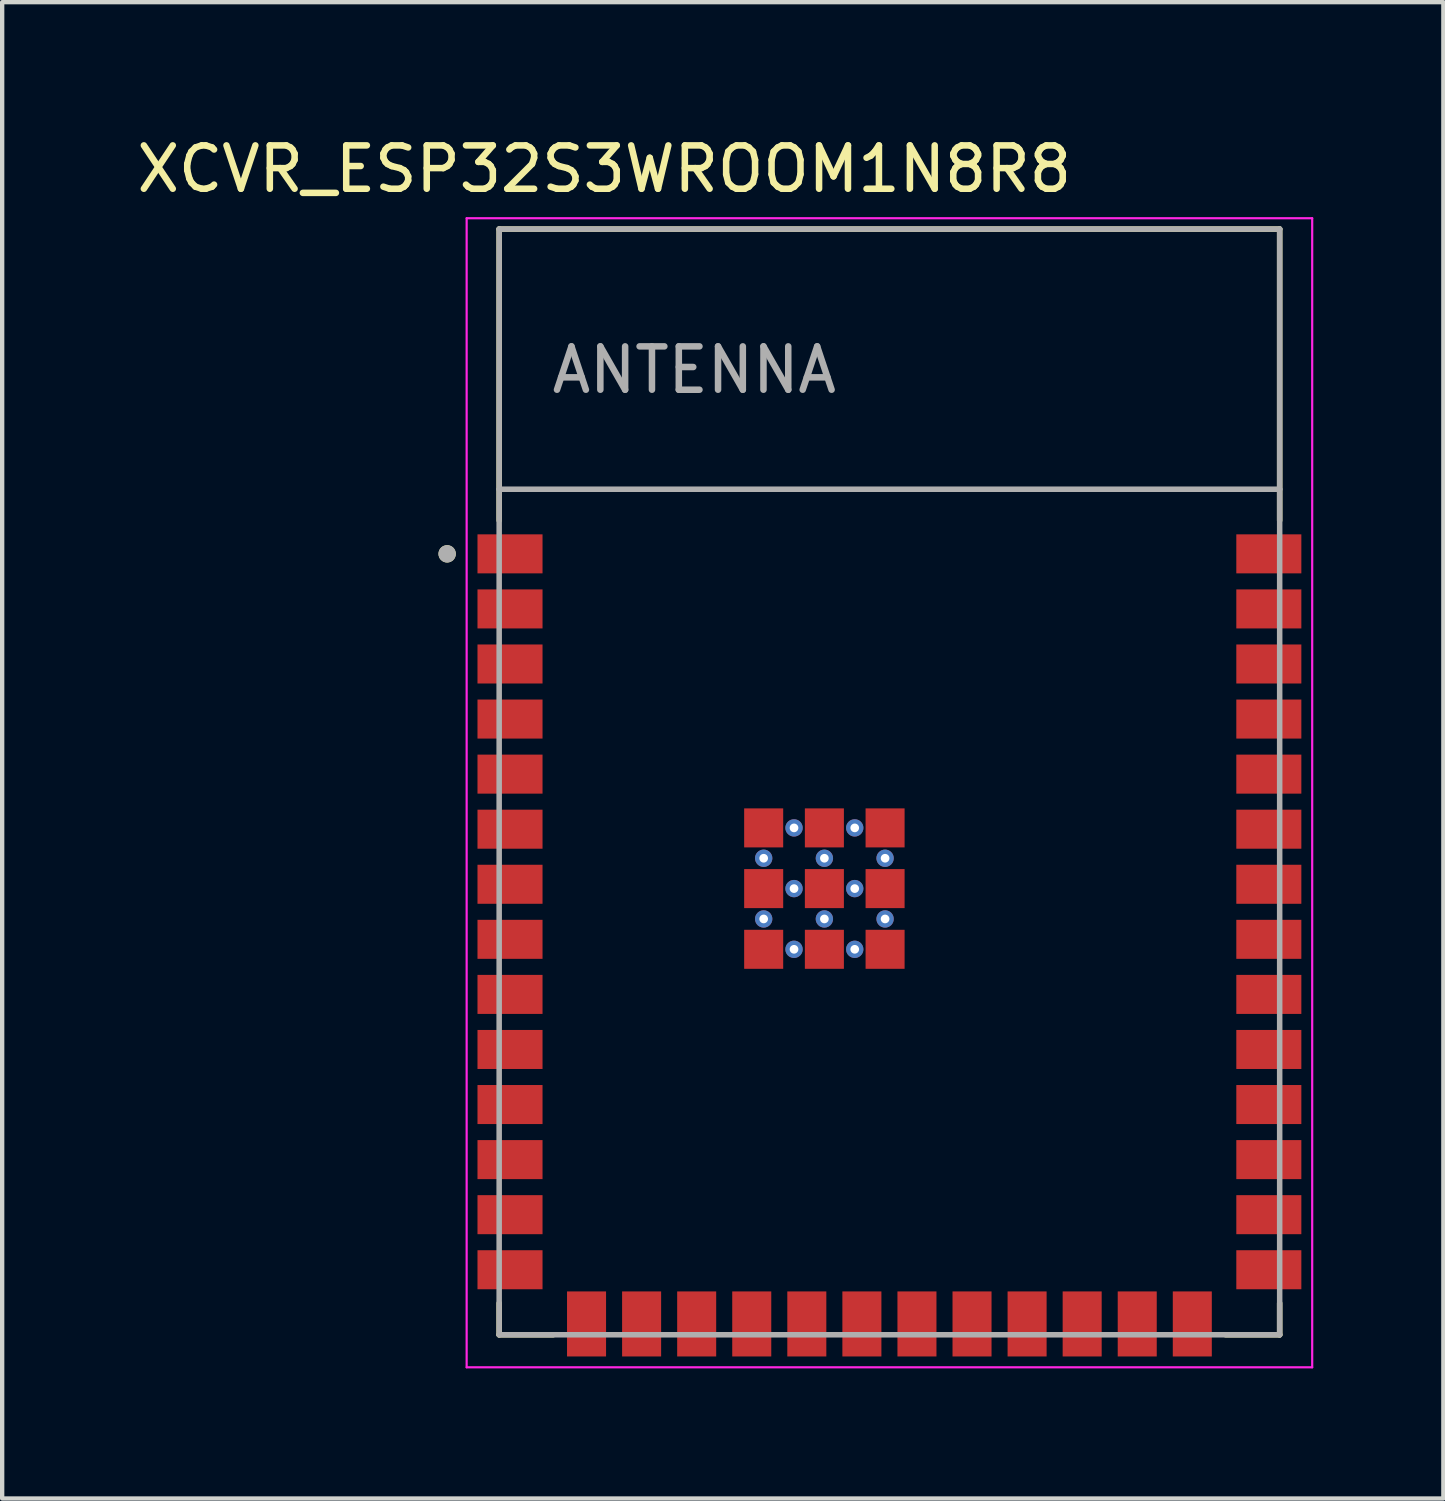
<source format=kicad_pcb>
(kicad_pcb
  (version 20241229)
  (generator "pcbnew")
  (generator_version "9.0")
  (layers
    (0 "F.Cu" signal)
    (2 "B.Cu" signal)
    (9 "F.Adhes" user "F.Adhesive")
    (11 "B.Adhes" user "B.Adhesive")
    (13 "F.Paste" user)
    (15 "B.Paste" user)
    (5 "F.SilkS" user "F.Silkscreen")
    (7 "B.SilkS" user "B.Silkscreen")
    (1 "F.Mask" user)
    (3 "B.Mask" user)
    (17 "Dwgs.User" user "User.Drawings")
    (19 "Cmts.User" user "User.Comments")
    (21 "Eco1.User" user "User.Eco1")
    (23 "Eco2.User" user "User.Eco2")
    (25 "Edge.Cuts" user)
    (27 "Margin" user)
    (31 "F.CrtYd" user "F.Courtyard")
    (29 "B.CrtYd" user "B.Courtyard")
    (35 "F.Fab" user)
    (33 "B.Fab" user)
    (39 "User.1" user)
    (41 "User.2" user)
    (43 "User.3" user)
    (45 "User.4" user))
  (footprint "XCVR_ESP32S3WROOM1N8R8"
    (layer "F.Cu")
    (at 17.462 14.983)
    (property "Reference" "XCVR_ESP32S3WROOM1N8R8" (at -6.575 -14.135 0) (layer "F.SilkS") (effects (font (size 1 1) (thickness 0.15))))
    (attr through_hole)
    (fp_line (start -9 -12.75) (end 9 -12.75) (stroke (width 0.127) (type solid)) (layer "F.SilkS"))
    (fp_line (start -9 -6.03) (end -9 -12.75) (stroke (width 0.127) (type solid)) (layer "F.SilkS"))
    (fp_line (start -9 12.02) (end -9 12.75) (stroke (width 0.127) (type solid)) (layer "F.SilkS"))
    (fp_line (start -9 12.75) (end -7.755 12.75) (stroke (width 0.127) (type solid)) (layer "F.SilkS"))
    (fp_line (start 9 -12.75) (end 9 -6.03) (stroke (width 0.127) (type solid)) (layer "F.SilkS"))
    (fp_line (start 9 12.02) (end 9 12.75) (stroke (width 0.127) (type solid)) (layer "F.SilkS"))
    (fp_line (start 9 12.75) (end 7.755 12.75) (stroke (width 0.127) (type solid)) (layer "F.SilkS"))
    (fp_circle (center -10.2 -5.26) (end -10.1 -5.26) (stroke (width 0.2) (type solid)) (fill no) (layer "F.SilkS"))
    (fp_line (start -9.75 -13) (end 9.75 -13) (stroke (width 0.05) (type solid)) (layer "F.CrtYd"))
    (fp_line (start -9.75 13.5) (end -9.75 -13) (stroke (width 0.05) (type solid)) (layer "F.CrtYd"))
    (fp_line (start -9.75 13.5) (end 9.75 13.5) (stroke (width 0.05) (type solid)) (layer "F.CrtYd"))
    (fp_line (start 9.75 -13) (end 9.75 13.5) (stroke (width 0.05) (type solid)) (layer "F.CrtYd"))
    (fp_line (start -9 -12.75) (end 9 -12.75) (stroke (width 0.127) (type solid)) (layer "F.Fab"))
    (fp_line (start -9 -6.75) (end -9 -12.75) (stroke (width 0.127) (type solid)) (layer "F.Fab"))
    (fp_line (start -9 -6.75) (end 9 -6.75) (stroke (width 0.127) (type solid)) (layer "F.Fab"))
    (fp_line (start -9 12.75) (end -9 -6.75) (stroke (width 0.127) (type solid)) (layer "F.Fab"))
    (fp_line (start 9 -12.75) (end 9 -6.75) (stroke (width 0.127) (type solid)) (layer "F.Fab"))
    (fp_line (start 9 -6.75) (end 9 12.75) (stroke (width 0.127) (type solid)) (layer "F.Fab"))
    (fp_line (start 9 12.75) (end -9 12.75) (stroke (width 0.127) (type solid)) (layer "F.Fab"))
    (fp_circle (center -10.2 -5.26) (end -10.1 -5.26) (stroke (width 0.2) (type solid)) (fill no) (layer "F.Fab"))
    (fp_text user "ANTENNA" (at -4.5 -9.5 0) (layer "F.Fab") (effects (font (size 1 1) (thickness 0.15))))
    (pad "1" smd rect (at -8.75 -5.26) (size 1.5 0.9) (layers "F.Cu" "F.Mask" "F.Paste"))
    (pad "2" smd rect (at -8.75 -3.99) (size 1.5 0.9) (layers "F.Cu" "F.Mask" "F.Paste"))
    (pad "3" smd rect (at -8.75 -2.72) (size 1.5 0.9) (layers "F.Cu" "F.Mask" "F.Paste"))
    (pad "4" smd rect (at -8.75 -1.45) (size 1.5 0.9) (layers "F.Cu" "F.Mask" "F.Paste"))
    (pad "5" smd rect (at -8.75 -0.18) (size 1.5 0.9) (layers "F.Cu" "F.Mask" "F.Paste"))
    (pad "6" smd rect (at -8.75 1.09) (size 1.5 0.9) (layers "F.Cu" "F.Mask" "F.Paste"))
    (pad "7" smd rect (at -8.75 2.36) (size 1.5 0.9) (layers "F.Cu" "F.Mask" "F.Paste"))
    (pad "8" smd rect (at -8.75 3.63) (size 1.5 0.9) (layers "F.Cu" "F.Mask" "F.Paste"))
    (pad "9" smd rect (at -8.75 4.9) (size 1.5 0.9) (layers "F.Cu" "F.Mask" "F.Paste"))
    (pad "10" smd rect (at -8.75 6.17) (size 1.5 0.9) (layers "F.Cu" "F.Mask" "F.Paste"))
    (pad "11" smd rect (at -8.75 7.44) (size 1.5 0.9) (layers "F.Cu" "F.Mask" "F.Paste"))
    (pad "12" smd rect (at -8.75 8.71) (size 1.5 0.9) (layers "F.Cu" "F.Mask" "F.Paste"))
    (pad "13" smd rect (at -8.75 9.98) (size 1.5 0.9) (layers "F.Cu" "F.Mask" "F.Paste"))
    (pad "14" smd rect (at -8.75 11.25) (size 1.5 0.9) (layers "F.Cu" "F.Mask" "F.Paste"))
    (pad "15" smd rect (at -6.985 12.5) (size 0.9 1.5) (layers "F.Cu" "F.Mask" "F.Paste"))
    (pad "16" smd rect (at -5.715 12.5) (size 0.9 1.5) (layers "F.Cu" "F.Mask" "F.Paste"))
    (pad "17" smd rect (at -4.445 12.5) (size 0.9 1.5) (layers "F.Cu" "F.Mask" "F.Paste"))
    (pad "18" smd rect (at -3.175 12.5) (size 0.9 1.5) (layers "F.Cu" "F.Mask" "F.Paste"))
    (pad "19" smd rect (at -1.905 12.5) (size 0.9 1.5) (layers "F.Cu" "F.Mask" "F.Paste"))
    (pad "20" smd rect (at -0.635 12.5) (size 0.9 1.5) (layers "F.Cu" "F.Mask" "F.Paste"))
    (pad "21" smd rect (at 0.635 12.5) (size 0.9 1.5) (layers "F.Cu" "F.Mask" "F.Paste"))
    (pad "22" smd rect (at 1.905 12.5) (size 0.9 1.5) (layers "F.Cu" "F.Mask" "F.Paste"))
    (pad "23" smd rect (at 3.175 12.5) (size 0.9 1.5) (layers "F.Cu" "F.Mask" "F.Paste"))
    (pad "24" smd rect (at 4.445 12.5) (size 0.9 1.5) (layers "F.Cu" "F.Mask" "F.Paste"))
    (pad "25" smd rect (at 5.715 12.5) (size 0.9 1.5) (layers "F.Cu" "F.Mask" "F.Paste"))
    (pad "26" smd rect (at 6.985 12.5) (size 0.9 1.5) (layers "F.Cu" "F.Mask" "F.Paste"))
    (pad "27" smd rect (at 8.75 11.25) (size 1.5 0.9) (layers "F.Cu" "F.Mask" "F.Paste"))
    (pad "28" smd rect (at 8.75 9.98) (size 1.5 0.9) (layers "F.Cu" "F.Mask" "F.Paste"))
    (pad "29" smd rect (at 8.75 8.71) (size 1.5 0.9) (layers "F.Cu" "F.Mask" "F.Paste"))
    (pad "30" smd rect (at 8.75 7.44) (size 1.5 0.9) (layers "F.Cu" "F.Mask" "F.Paste"))
    (pad "31" smd rect (at 8.75 6.17) (size 1.5 0.9) (layers "F.Cu" "F.Mask" "F.Paste"))
    (pad "32" smd rect (at 8.75 4.9) (size 1.5 0.9) (layers "F.Cu" "F.Mask" "F.Paste"))
    (pad "33" smd rect (at 8.75 3.63) (size 1.5 0.9) (layers "F.Cu" "F.Mask" "F.Paste"))
    (pad "34" smd rect (at 8.75 2.36) (size 1.5 0.9) (layers "F.Cu" "F.Mask" "F.Paste"))
    (pad "35" smd rect (at 8.75 1.09) (size 1.5 0.9) (layers "F.Cu" "F.Mask" "F.Paste"))
    (pad "36" smd rect (at 8.75 -0.18) (size 1.5 0.9) (layers "F.Cu" "F.Mask" "F.Paste"))
    (pad "37" smd rect (at 8.75 -1.45) (size 1.5 0.9) (layers "F.Cu" "F.Mask" "F.Paste"))
    (pad "38" smd rect (at 8.75 -2.72) (size 1.5 0.9) (layers "F.Cu" "F.Mask" "F.Paste"))
    (pad "39" smd rect (at 8.75 -3.99) (size 1.5 0.9) (layers "F.Cu" "F.Mask" "F.Paste"))
    (pad "40" smd rect (at 8.75 -5.26) (size 1.5 0.9) (layers "F.Cu" "F.Mask" "F.Paste"))
    (pad "41_1" smd rect (at -1.5 2.46) (size 0.9 0.9) (layers "F.Cu" "F.Mask" "F.Paste"))
    (pad "41_2" smd rect (at -2.9 2.46) (size 0.9 0.9) (layers "F.Cu" "F.Mask" "F.Paste"))
    (pad "41_3" smd rect (at -0.1 2.46) (size 0.9 0.9) (layers "F.Cu" "F.Mask" "F.Paste"))
    (pad "41_4" smd rect (at -2.9 3.86) (size 0.9 0.9) (layers "F.Cu" "F.Mask" "F.Paste"))
    (pad "41_5" smd rect (at -1.5 3.86) (size 0.9 0.9) (layers "F.Cu" "F.Mask" "F.Paste"))
    (pad "41_6" smd rect (at -0.1 3.86) (size 0.9 0.9) (layers "F.Cu" "F.Mask" "F.Paste"))
    (pad "41_7" smd rect (at -2.9 1.06) (size 0.9 0.9) (layers "F.Cu" "F.Mask" "F.Paste"))
    (pad "41_8" smd rect (at -1.5 1.06) (size 0.9 0.9) (layers "F.Cu" "F.Mask" "F.Paste"))
    (pad "41_9" smd rect (at -0.1 1.06) (size 0.9 0.9) (layers "F.Cu" "F.Mask" "F.Paste"))
    (pad "41_10" thru_hole circle (at -1.5 1.76) (size 0.4 0.4) (drill 0.2) (layers "*.Cu"))
    (pad "41_11" thru_hole circle (at -2.9 1.76) (size 0.4 0.4) (drill 0.2) (layers "*.Cu"))
    (pad "41_12" thru_hole circle (at -0.1 1.76) (size 0.4 0.4) (drill 0.2) (layers "*.Cu"))
    (pad "41_13" thru_hole circle (at -2.9 3.16) (size 0.4 0.4) (drill 0.2) (layers "*.Cu"))
    (pad "41_14" thru_hole circle (at -1.5 3.16) (size 0.4 0.4) (drill 0.2) (layers "*.Cu"))
    (pad "41_15" thru_hole circle (at -0.1 3.16) (size 0.4 0.4) (drill 0.2) (layers "*.Cu"))
    (pad "41_16" thru_hole circle (at -2.2 1.06) (size 0.4 0.4) (drill 0.2) (layers "*.Cu"))
    (pad "41_17" thru_hole circle (at -0.8 1.06) (size 0.4 0.4) (drill 0.2) (layers "*.Cu"))
    (pad "41_18" thru_hole circle (at -2.2 2.46) (size 0.4 0.4) (drill 0.2) (layers "*.Cu"))
    (pad "41_19" thru_hole circle (at -0.8 2.46) (size 0.4 0.4) (drill 0.2) (layers "*.Cu"))
    (pad "41_20" thru_hole circle (at -2.2 3.86) (size 0.4 0.4) (drill 0.2) (layers "*.Cu"))
    (pad "41_21" thru_hole circle (at -0.8 3.86) (size 0.4 0.4) (drill 0.2) (layers "*.Cu"))
    (zone (net_name "") (layer "F.Cu") (hatch full 0.508) (connect_pads) (min_thickness 0.01) (filled_areas_thickness no) (keepout (tracks not_allowed) (vias not_allowed) (pads not_allowed) (copperpour not_allowed) (footprints allowed)) (placement (enabled no)) (fill) (polygon (pts (xy 8.462 2.233) (xy 26.462 2.233) (xy 26.462 8.233) (xy 8.462 8.233))))
    (zone (net_name "") (layers "F.Cu" "B.Cu") (hatch full 0.508) (connect_pads) (min_thickness 0.01) (filled_areas_thickness no) (keepout (tracks allowed) (vias not_allowed) (pads allowed) (copperpour allowed) (footprints allowed)) (placement (enabled no)) (fill) (polygon (pts (xy 8.462 2.233) (xy 26.462 2.233) (xy 26.462 8.233) (xy 8.462 8.233))))
    (zone (net_name "") (layer "B.Cu") (hatch full 0.508) (connect_pads) (min_thickness 0.01) (filled_areas_thickness no) (keepout (tracks not_allowed) (vias not_allowed) (pads not_allowed) (copperpour not_allowed) (footprints allowed)) (placement (enabled no)) (fill) (polygon (pts (xy 8.462 2.233) (xy 26.462 2.233) (xy 26.462 8.233) (xy 8.462 8.233)))))
  (gr_rect
    (start -3 -3)
    (end 30.237 31.508)
    (stroke (width 0.1) (type default))
    (fill no)
    (layer "Edge.Cuts")))
</source>
